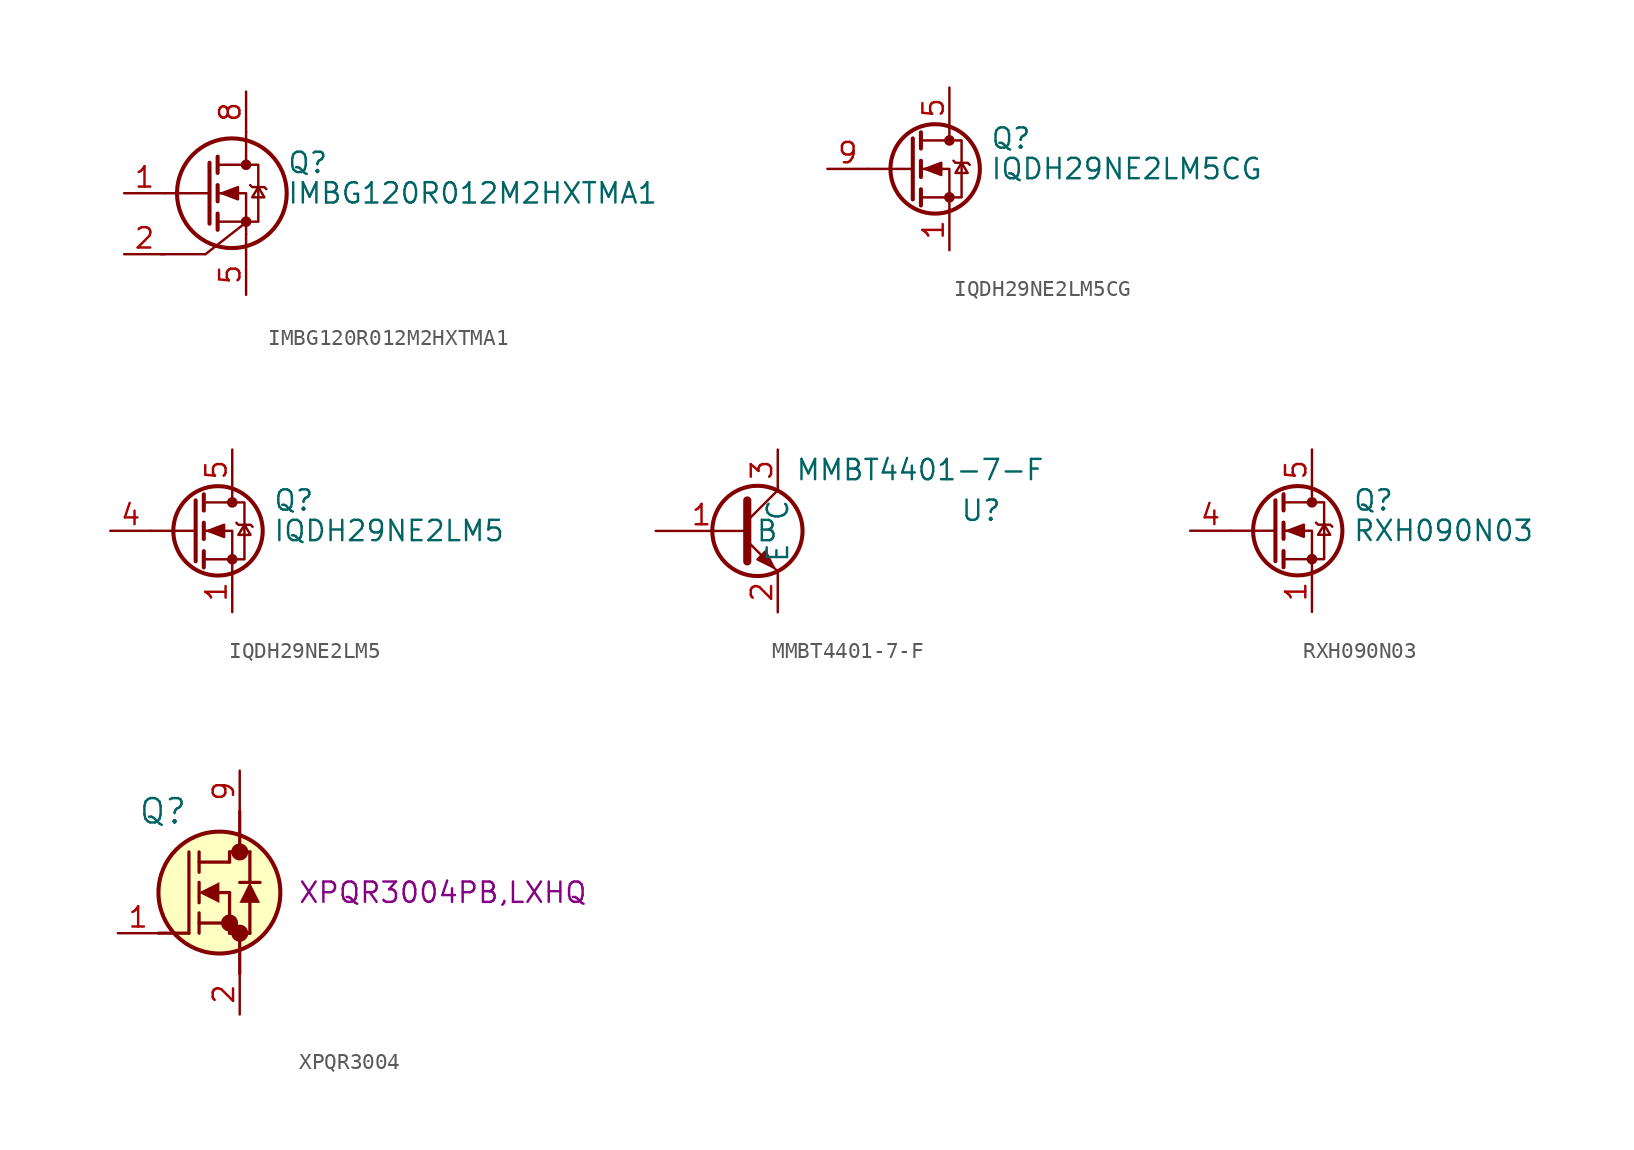
<source format=kicad_sym>
(kicad_symbol_lib
  (version 20231120)
  (generator "kicad_symbol_editor")
  (generator_version "8.0")
  (symbol "IMBG120R012M2HXTMA1"
    (pin_names hide)
    (property "Reference" "Q"
      (at 5.08 1.905 0)
      (effects (font (size 1.27 1.27)) (justify left)))
    (property "Value" "IMBG120R012M2HXTMA1"
      (at 5.08 0 0)
      (effects (font (size 1.27 1.27)) (justify left)))
    (symbol "IMBG120R012M2HXTMA1_0_0"
      (pin passive line (at 2.54 -6.35 90) (length 2.54) hide (name "S" (effects (font (size 1.27 1.27)))) (number "3" (effects (font (size 1.27 1.27)))))
      (pin passive line (at 2.54 -6.35 90) (length 2.54) hide (name "S" (effects (font (size 1.27 1.27)))) (number "4" (effects (font (size 1.27 1.27))))))
    (symbol "IMBG120R012M2HXTMA1_0_1"
      (polyline (pts (xy 0 -3.81) (xy -2.794 -3.81)) (stroke (width 0) (type default)) (fill (type none)))
      (polyline (pts (xy 0 -3.81) (xy 2.547 -1.814)) (stroke (width 0) (type default)) (fill (type none)))
      (polyline (pts (xy 0.254 0) (xy -2.54 0)) (stroke (width 0) (type default)) (fill (type none)))
      (polyline (pts (xy 0.254 1.905) (xy 0.254 -1.905)) (stroke (width 0.254) (type default)) (fill (type none)))
      (polyline (pts (xy 0.762 -1.27) (xy 0.762 -2.286)) (stroke (width 0.254) (type default)) (fill (type none)))
      (polyline (pts (xy 0.762 0.508) (xy 0.762 -0.508)) (stroke (width 0.254) (type default)) (fill (type none)))
      (polyline (pts (xy 0.762 2.286) (xy 0.762 1.27)) (stroke (width 0.254) (type default)) (fill (type none)))
      (polyline (pts (xy 2.54 -3.81) (xy 2.54 -2.54)) (stroke (width 0) (type default)) (fill (type none)))
      (polyline (pts (xy 2.54 3.81) (xy 2.54 1.778)) (stroke (width 0) (type default)) (fill (type none)))
      (polyline (pts (xy 2.54 -2.54) (xy 2.54 0) (xy 0.762 0)) (stroke (width 0) (type default)) (fill (type none)))
      (polyline (pts (xy 0.762 -1.778) (xy 3.302 -1.778) (xy 3.302 1.778) (xy 0.762 1.778)) (stroke (width 0) (type default)) (fill (type none)))
      (polyline (pts (xy 1.016 0) (xy 2.032 0.381) (xy 2.032 -0.381) (xy 1.016 0)) (stroke (width 0) (type default)) (fill (type outline)))
      (polyline (pts (xy 2.794 0.508) (xy 2.921 0.381) (xy 3.683 0.381) (xy 3.81 0.254)) (stroke (width 0) (type default)) (fill (type none)))
      (polyline (pts (xy 3.302 0.381) (xy 2.921 -0.254) (xy 3.683 -0.254) (xy 3.302 0.381)) (stroke (width 0) (type default)) (fill (type none)))
      (circle (center 1.651 0) (radius 3.429) (stroke (width 0.254) (type default)) (fill (type none)))
      (circle (center 2.54 -1.778) (radius 0.254) (stroke (width 0) (type default)) (fill (type outline)))
      (circle (center 2.54 1.778) (radius 0.254) (stroke (width 0) (type default)) (fill (type outline))))
    (symbol "IMBG120R012M2HXTMA1_1_0"
      (pin passive line (at -5.08 0 0) (length 2.54) (name "G" (effects (font (size 1.27 1.27)))) (number "1" (effects (font (size 1.27 1.27)))))
      (pin passive line (at 2.54 6.35 270) (length 2.54) (name "D" (effects (font (size 1.27 1.27)))) (number "8" (effects (font (size 1.27 1.27))))))
    (symbol "IMBG120R012M2HXTMA1_1_1"
      (pin passive line (at -5.08 -3.81 0) (length 2.54) (name "TS" (effects (font (size 1.27 1.27)))) (number "2" (effects (font (size 1.27 1.27)))))
      (pin passive line (at 2.54 -6.35 90) (length 2.54) (name "S" (effects (font (size 1.27 1.27)))) (number "5" (effects (font (size 1.27 1.27)))))
      (pin passive line (at 2.54 -6.35 90) (length 2.54) hide (name "S" (effects (font (size 1.27 1.27)))) (number "6" (effects (font (size 1.27 1.27)))))
      (pin passive line (at 2.54 -6.35 90) (length 2.54) hide (name "S" (effects (font (size 1.27 1.27)))) (number "7" (effects (font (size 1.27 1.27)))))))
  (symbol "IQDH29NE2LM5CG"
    (pin_names hide)
    (property "Reference" "Q"
      (at 5.08 1.905 0)
      (effects (font (size 1.27 1.27)) (justify left)))
    (property "Value" "IQDH29NE2LM5CG"
      (at 5.08 0 0)
      (effects (font (size 1.27 1.27)) (justify left)))
    (symbol "IQDH29NE2LM5CG_0_0"
      (pin passive line (at 2.54 5.08 270) (length 2.54) (name "D" (effects (font (size 1.27 1.27)))) (number "5" (effects (font (size 1.27 1.27)))))
      (pin passive line (at 2.54 5.08 270) (length 2.54) hide (name "D" (effects (font (size 1.27 1.27)))) (number "6" (effects (font (size 1.27 1.27)))))
      (pin passive line (at 2.54 5.08 270) (length 2.54) hide (name "D" (effects (font (size 1.27 1.27)))) (number "7" (effects (font (size 1.27 1.27)))))
      (pin passive line (at 2.54 5.08 270) (length 2.54) hide (name "D" (effects (font (size 1.27 1.27)))) (number "8" (effects (font (size 1.27 1.27)))))
      (pin passive line (at -5.08 0 0) (length 2.54) (name "G" (effects (font (size 1.27 1.27)))) (number "9" (effects (font (size 1.27 1.27))))))
    (symbol "IQDH29NE2LM5CG_0_1"
      (polyline (pts (xy 0.254 0) (xy -2.54 0)) (stroke (width 0) (type default)) (fill (type none)))
      (polyline (pts (xy 0.254 1.905) (xy 0.254 -1.905)) (stroke (width 0.254) (type default)) (fill (type none)))
      (polyline (pts (xy 0.762 -1.27) (xy 0.762 -2.286)) (stroke (width 0.254) (type default)) (fill (type none)))
      (polyline (pts (xy 0.762 0.508) (xy 0.762 -0.508)) (stroke (width 0.254) (type default)) (fill (type none)))
      (polyline (pts (xy 0.762 2.286) (xy 0.762 1.27)) (stroke (width 0.254) (type default)) (fill (type none)))
      (polyline (pts (xy 2.54 2.54) (xy 2.54 1.778)) (stroke (width 0) (type default)) (fill (type none)))
      (polyline (pts (xy 2.54 -2.54) (xy 2.54 0) (xy 0.762 0)) (stroke (width 0) (type default)) (fill (type none)))
      (polyline (pts (xy 0.762 -1.778) (xy 3.302 -1.778) (xy 3.302 1.778) (xy 0.762 1.778)) (stroke (width 0) (type default)) (fill (type none)))
      (polyline (pts (xy 1.016 0) (xy 2.032 0.381) (xy 2.032 -0.381) (xy 1.016 0)) (stroke (width 0) (type default)) (fill (type outline)))
      (polyline (pts (xy 2.794 0.508) (xy 2.921 0.381) (xy 3.683 0.381) (xy 3.81 0.254)) (stroke (width 0) (type default)) (fill (type none)))
      (polyline (pts (xy 3.302 0.381) (xy 2.921 -0.254) (xy 3.683 -0.254) (xy 3.302 0.381)) (stroke (width 0) (type default)) (fill (type none)))
      (circle (center 1.651 0) (radius 2.794) (stroke (width 0.254) (type default)) (fill (type none)))
      (circle (center 2.54 -1.778) (radius 0.254) (stroke (width 0) (type default)) (fill (type outline)))
      (circle (center 2.54 1.778) (radius 0.254) (stroke (width 0) (type default)) (fill (type outline))))
    (symbol "IQDH29NE2LM5CG_1_1"
      (pin passive line (at 2.54 -5.08 90) (length 2.54) (name "S" (effects (font (size 1.27 1.27)))) (number "1" (effects (font (size 1.27 1.27)))))
      (pin passive line (at 2.54 -5.08 90) (length 2.54) hide (name "S" (effects (font (size 1.27 1.27)))) (number "2" (effects (font (size 1.27 1.27)))))
      (pin passive line (at 2.54 -5.08 90) (length 2.54) hide (name "S" (effects (font (size 1.27 1.27)))) (number "3" (effects (font (size 1.27 1.27)))))
      (pin passive line (at 2.54 -5.08 90) (length 2.54) hide (name "S" (effects (font (size 1.27 1.27)))) (number "4" (effects (font (size 1.27 1.27)))))))
  (symbol "IQDH29NE2LM5"
    (pin_names hide)
    (property "Reference" "Q"
      (at 5.08 1.905 0)
      (effects (font (size 1.27 1.27)) (justify left)))
    (property "Value" "IQDH29NE2LM5"
      (at 5.08 0 0)
      (effects (font (size 1.27 1.27)) (justify left)))
    (symbol "IQDH29NE2LM5_0_0"
      (pin passive line (at 2.54 5.08 270) (length 2.54) (name "D" (effects (font (size 1.27 1.27)))) (number "5" (effects (font (size 1.27 1.27)))))
      (pin passive line (at 2.54 5.08 270) (length 2.54) hide (name "D" (effects (font (size 1.27 1.27)))) (number "6" (effects (font (size 1.27 1.27)))))
      (pin passive line (at 2.54 5.08 270) (length 2.54) hide (name "D" (effects (font (size 1.27 1.27)))) (number "7" (effects (font (size 1.27 1.27)))))
      (pin passive line (at 2.54 5.08 270) (length 2.54) hide (name "D" (effects (font (size 1.27 1.27)))) (number "8" (effects (font (size 1.27 1.27))))))
    (symbol "IQDH29NE2LM5_0_1"
      (polyline (pts (xy 0.254 0) (xy -2.54 0)) (stroke (width 0) (type default)) (fill (type none)))
      (polyline (pts (xy 0.254 1.905) (xy 0.254 -1.905)) (stroke (width 0.254) (type default)) (fill (type none)))
      (polyline (pts (xy 0.762 -1.27) (xy 0.762 -2.286)) (stroke (width 0.254) (type default)) (fill (type none)))
      (polyline (pts (xy 0.762 0.508) (xy 0.762 -0.508)) (stroke (width 0.254) (type default)) (fill (type none)))
      (polyline (pts (xy 0.762 2.286) (xy 0.762 1.27)) (stroke (width 0.254) (type default)) (fill (type none)))
      (polyline (pts (xy 2.54 2.54) (xy 2.54 1.778)) (stroke (width 0) (type default)) (fill (type none)))
      (polyline (pts (xy 2.54 -2.54) (xy 2.54 0) (xy 0.762 0)) (stroke (width 0) (type default)) (fill (type none)))
      (polyline (pts (xy 0.762 -1.778) (xy 3.302 -1.778) (xy 3.302 1.778) (xy 0.762 1.778)) (stroke (width 0) (type default)) (fill (type none)))
      (polyline (pts (xy 1.016 0) (xy 2.032 0.381) (xy 2.032 -0.381) (xy 1.016 0)) (stroke (width 0) (type default)) (fill (type outline)))
      (polyline (pts (xy 2.794 0.508) (xy 2.921 0.381) (xy 3.683 0.381) (xy 3.81 0.254)) (stroke (width 0) (type default)) (fill (type none)))
      (polyline (pts (xy 3.302 0.381) (xy 2.921 -0.254) (xy 3.683 -0.254) (xy 3.302 0.381)) (stroke (width 0) (type default)) (fill (type none)))
      (circle (center 1.651 0) (radius 2.794) (stroke (width 0.254) (type default)) (fill (type none)))
      (circle (center 2.54 -1.778) (radius 0.254) (stroke (width 0) (type default)) (fill (type outline)))
      (circle (center 2.54 1.778) (radius 0.254) (stroke (width 0) (type default)) (fill (type outline))))
    (symbol "IQDH29NE2LM5_1_1"
      (pin passive line (at 2.54 -5.08 90) (length 2.54) (name "S" (effects (font (size 1.27 1.27)))) (number "1" (effects (font (size 1.27 1.27)))))
      (pin passive line (at 2.54 -5.08 90) (length 2.54) hide (name "S" (effects (font (size 1.27 1.27)))) (number "2" (effects (font (size 1.27 1.27)))))
      (pin passive line (at 2.54 -5.08 90) (length 2.54) hide (name "S" (effects (font (size 1.27 1.27)))) (number "3" (effects (font (size 1.27 1.27)))))
      (pin passive line (at -5.08 0 0) (length 2.54) (name "G" (effects (font (size 1.27 1.27)))) (number "4" (effects (font (size 1.27 1.27)))))))
  (symbol "MMBT4401-7-F"
    (property "Reference" "U"
      (at 12.7 1.27 0)
      (effects (font (size 1.27 1.27))))
    (property "Value" "MMBT4401-7-F"
      (at 8.89 3.81 0)
      (effects (font (size 1.27 1.27))))
    (symbol "MMBT4401-7-F_0_1"
      (circle (center -1.27 0) (radius 2.819) (stroke (width 0.254) (type default)) (fill (type none)))
      (polyline (pts (xy -1.905 0.635) (xy 0 2.54)) (stroke (width 0) (type default)) (fill (type none)))
      (polyline (pts (xy -1.905 -0.635) (xy 0 -2.54) (xy 0 -2.54)) (stroke (width 0) (type default)) (fill (type none)))
      (polyline (pts (xy -1.905 1.905) (xy -1.905 -1.905) (xy -1.905 -1.905)) (stroke (width 0.508) (type default)) (fill (type none)))
      (polyline (pts (xy -1.27 -1.778) (xy -0.762 -1.27) (xy -0.254 -2.286) (xy -1.27 -1.778) (xy -1.27 -1.778)) (stroke (width 0) (type default)) (fill (type outline))))
    (symbol "MMBT4401-7-F_1_1"
      (pin input line (at -7.62 0 0) (length 5.715) (name "B" (effects (font (size 1.27 1.27)))) (number "1" (effects (font (size 1.27 1.27)))))
      (pin passive line (at 0 -5.08 90) (length 2.54) (name "E" (effects (font (size 1.27 1.27)))) (number "2" (effects (font (size 1.27 1.27)))))
      (pin passive line (at 0 5.08 270) (length 2.54) (name "C" (effects (font (size 1.27 1.27)))) (number "3" (effects (font (size 1.27 1.27)))))))
  (symbol "RXH090N03"
    (pin_names hide)
    (property "Reference" "Q"
      (at 5.08 1.905 0)
      (effects (font (size 1.27 1.27)) (justify left)))
    (property "Value" "RXH090N03"
      (at 5.08 0 0)
      (effects (font (size 1.27 1.27)) (justify left)))
    (symbol "RXH090N03_0_0"
      (pin passive line (at 2.54 5.08 270) (length 2.54) hide (name "D" (effects (font (size 1.27 1.27)))) (number "6" (effects (font (size 1.27 1.27)))))
      (pin passive line (at 2.54 5.08 270) (length 2.54) hide (name "D" (effects (font (size 1.27 1.27)))) (number "7" (effects (font (size 1.27 1.27)))))
      (pin passive line (at 2.54 5.08 270) (length 2.54) hide (name "D" (effects (font (size 1.27 1.27)))) (number "8" (effects (font (size 1.27 1.27))))))
    (symbol "RXH090N03_0_1"
      (polyline (pts (xy 0.254 0) (xy -2.54 0)) (stroke (width 0) (type default)) (fill (type none)))
      (polyline (pts (xy 0.254 1.905) (xy 0.254 -1.905)) (stroke (width 0.254) (type default)) (fill (type none)))
      (polyline (pts (xy 0.762 -1.27) (xy 0.762 -2.286)) (stroke (width 0.254) (type default)) (fill (type none)))
      (polyline (pts (xy 0.762 0.508) (xy 0.762 -0.508)) (stroke (width 0.254) (type default)) (fill (type none)))
      (polyline (pts (xy 0.762 2.286) (xy 0.762 1.27)) (stroke (width 0.254) (type default)) (fill (type none)))
      (polyline (pts (xy 2.54 2.54) (xy 2.54 1.778)) (stroke (width 0) (type default)) (fill (type none)))
      (polyline (pts (xy 2.54 -2.54) (xy 2.54 0) (xy 0.762 0)) (stroke (width 0) (type default)) (fill (type none)))
      (polyline (pts (xy 0.762 -1.778) (xy 3.302 -1.778) (xy 3.302 1.778) (xy 0.762 1.778)) (stroke (width 0) (type default)) (fill (type none)))
      (polyline (pts (xy 1.016 0) (xy 2.032 0.381) (xy 2.032 -0.381) (xy 1.016 0)) (stroke (width 0) (type default)) (fill (type outline)))
      (polyline (pts (xy 2.794 0.508) (xy 2.921 0.381) (xy 3.683 0.381) (xy 3.81 0.254)) (stroke (width 0) (type default)) (fill (type none)))
      (polyline (pts (xy 3.302 0.381) (xy 2.921 -0.254) (xy 3.683 -0.254) (xy 3.302 0.381)) (stroke (width 0) (type default)) (fill (type none)))
      (circle (center 1.651 0) (radius 2.794) (stroke (width 0.254) (type default)) (fill (type none)))
      (circle (center 2.54 -1.778) (radius 0.254) (stroke (width 0) (type default)) (fill (type outline)))
      (circle (center 2.54 1.778) (radius 0.254) (stroke (width 0) (type default)) (fill (type outline))))
    (symbol "RXH090N03_1_1"
      (pin passive line (at 2.54 -5.08 90) (length 2.54) (name "S" (effects (font (size 1.27 1.27)))) (number "1" (effects (font (size 1.27 1.27)))))
      (pin passive line (at 2.54 -5.08 90) (length 2.54) hide (name "S" (effects (font (size 1.27 1.27)))) (number "2" (effects (font (size 1.27 1.27)))))
      (pin passive line (at 2.54 -5.08 90) (length 2.54) hide (name "S" (effects (font (size 1.27 1.27)))) (number "3" (effects (font (size 1.27 1.27)))))
      (pin input line (at -5.08 0 0) (length 2.54) (name "G" (effects (font (size 1.27 1.27)))) (number "4" (effects (font (size 1.27 1.27)))))
      (pin passive line (at 2.54 5.08 270) (length 2.54) (name "D" (effects (font (size 1.27 1.27)))) (number "5" (effects (font (size 1.27 1.27)))))))
  (symbol "XPQR3004"
    (pin_names
      (offset 0.254) hide)
    (property "Reference" "Q"
      (at 1.27 7.62 0)
      (effects (font (size 1.524 1.524)) (justify left)))
    (property "MPN" "XPQR3004PB,LXHQ"
      (at 20.32 2.54 0)
      (effects (font (size 1.27 1.27))))
    (symbol "XPQR3004_0_1"
      (polyline (pts (xy 2.54 0) (xy 4.445 0)) (stroke (width 0.203) (type default)) (fill (type none)))
      (polyline (pts (xy 4.445 0) (xy 4.445 5.08)) (stroke (width 0.203) (type default)) (fill (type none)))
      (polyline (pts (xy 5.08 0) (xy 5.08 1.27)) (stroke (width 0.203) (type default)) (fill (type none)))
      (polyline (pts (xy 5.08 0.635) (xy 6.985 0.635)) (stroke (width 0.203) (type default)) (fill (type none)))
      (polyline (pts (xy 5.08 1.905) (xy 5.08 3.175)) (stroke (width 0.203) (type default)) (fill (type none)))
      (polyline (pts (xy 5.08 3.81) (xy 5.08 5.08)) (stroke (width 0.203) (type default)) (fill (type none)))
      (polyline (pts (xy 5.08 4.445) (xy 6.985 4.445)) (stroke (width 0.203) (type default)) (fill (type none)))
      (polyline (pts (xy 6.35 2.54) (xy 6.985 2.54)) (stroke (width 0.203) (type default)) (fill (type none)))
      (polyline (pts (xy 6.985 0) (xy 8.255 0)) (stroke (width 0.203) (type default)) (fill (type none)))
      (polyline (pts (xy 6.985 0.635) (xy 6.985 0)) (stroke (width 0.203) (type default)) (fill (type none)))
      (polyline (pts (xy 6.985 0.635) (xy 6.985 2.54)) (stroke (width 0.203) (type default)) (fill (type none)))
      (polyline (pts (xy 6.985 4.445) (xy 6.985 5.08)) (stroke (width 0.203) (type default)) (fill (type none)))
      (polyline (pts (xy 6.985 5.08) (xy 8.255 5.08)) (stroke (width 0.203) (type default)) (fill (type none)))
      (polyline (pts (xy 7.62 -2.54) (xy 7.62 0)) (stroke (width 0.203) (type default)) (fill (type none)))
      (polyline (pts (xy 7.62 7.62) (xy 7.62 5.08)) (stroke (width 0.203) (type default)) (fill (type none)))
      (polyline (pts (xy 8.255 0) (xy 8.255 1.905)) (stroke (width 0.203) (type default)) (fill (type none)))
      (polyline (pts (xy 8.255 3.175) (xy 8.255 5.08)) (stroke (width 0.203) (type default)) (fill (type none)))
      (polyline (pts (xy 8.89 3.175) (xy 7.62 3.175)) (stroke (width 0.203) (type default)) (fill (type none)))
      (polyline (pts (xy 6.35 3.175) (xy 5.08 2.54) (xy 6.35 1.905)) (stroke (width 0.025) (type default)) (fill (type outline)))
      (polyline (pts (xy 8.89 1.905) (xy 7.62 1.905) (xy 8.255 3.175)) (stroke (width 0.025) (type default)) (fill (type outline)))
      (circle (center 6.35 2.54) (radius 3.81) (stroke (width 0.254) (type default)) (fill (type background)))
      (circle (center 6.985 0.635) (radius 0.025) (stroke (width 0.508) (type default)) (fill (type none)))
      (circle (center 7.62 0) (radius 0.025) (stroke (width 0.508) (type default)) (fill (type none)))
      (circle (center 7.62 5.08) (radius 0.025) (stroke (width 0.508) (type default)) (fill (type none)))
      (pin input line (at 0 0 0) (length 2.54) (name "1" (effects (font (size 1.27 1.27)))) (number "1" (effects (font (size 1.27 1.27)))))
      (pin input line (at 7.62 -5.08 90) (length 2.54) (name "2" (effects (font (size 1.27 1.27)))) (number "2" (effects (font (size 1.27 1.27)))))
      (pin input line (at 7.62 -5.08 90) (length 2.54) hide (name "3" (effects (font (size 1.27 1.27)))) (number "3" (effects (font (size 1.27 1.27)))))
      (pin input line (at 7.62 -5.08 90) (length 2.54) hide (name "4" (effects (font (size 1.27 1.27)))) (number "4" (effects (font (size 1.27 1.27)))))
      (pin input line (at 7.62 -5.08 90) (length 2.54) hide (name "5" (effects (font (size 1.27 1.27)))) (number "5" (effects (font (size 1.27 1.27)))))
      (pin input line (at 7.62 -5.08 90) (length 2.54) hide (name "6" (effects (font (size 1.27 1.27)))) (number "6" (effects (font (size 1.27 1.27)))))
      (pin input line (at 7.62 -5.08 90) (length 2.54) hide (name "7" (effects (font (size 1.27 1.27)))) (number "7" (effects (font (size 1.27 1.27)))))
      (pin input line (at 7.62 -5.08 90) (length 2.54) hide (name "8" (effects (font (size 1.27 1.27)))) (number "8" (effects (font (size 1.27 1.27)))))
      (pin output line (at 7.62 10.16 270) (length 2.54) (name "9" (effects (font (size 1.27 1.27)))) (number "9" (effects (font (size 1.27 1.27))))))))
</source>
